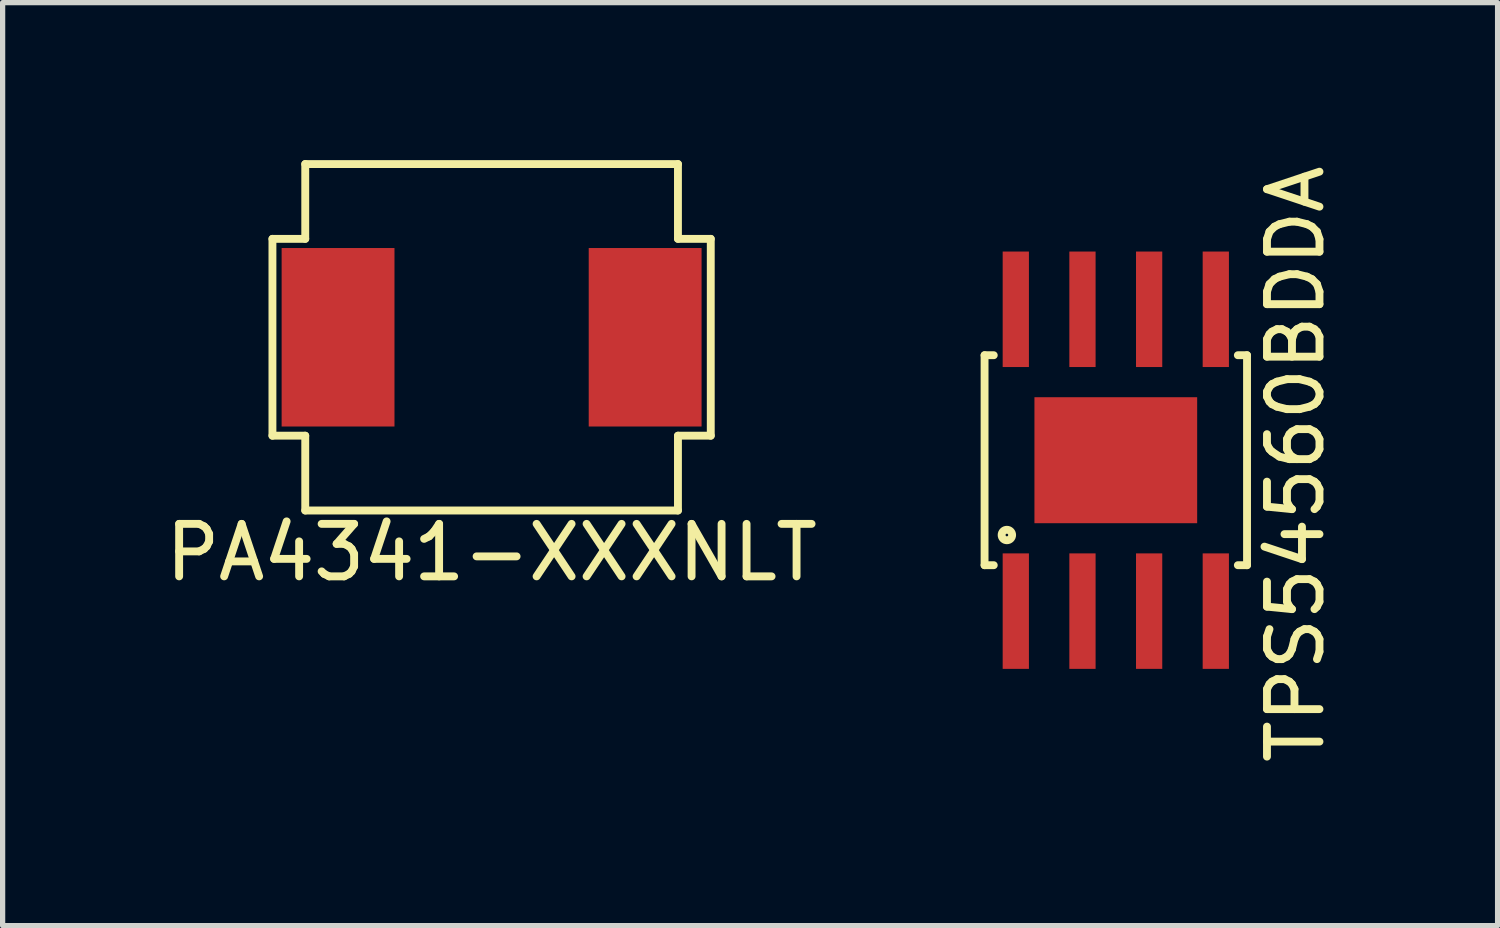
<source format=kicad_pcb>
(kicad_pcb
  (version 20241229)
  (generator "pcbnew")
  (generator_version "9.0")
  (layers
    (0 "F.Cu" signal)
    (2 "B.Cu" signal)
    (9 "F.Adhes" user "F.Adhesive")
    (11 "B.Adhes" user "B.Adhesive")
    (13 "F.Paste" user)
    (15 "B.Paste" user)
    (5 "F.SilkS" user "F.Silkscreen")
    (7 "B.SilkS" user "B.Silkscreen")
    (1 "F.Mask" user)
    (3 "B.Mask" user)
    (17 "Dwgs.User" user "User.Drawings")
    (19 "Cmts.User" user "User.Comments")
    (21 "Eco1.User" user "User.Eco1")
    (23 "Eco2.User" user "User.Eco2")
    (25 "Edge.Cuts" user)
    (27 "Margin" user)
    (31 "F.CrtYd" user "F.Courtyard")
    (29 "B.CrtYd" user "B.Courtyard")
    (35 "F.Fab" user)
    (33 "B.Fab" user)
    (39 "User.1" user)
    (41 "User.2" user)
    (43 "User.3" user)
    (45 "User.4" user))
  (footprint "PA4341-XXXNLT"
    (layer "F.Cu")
    (at 6.315 3.375)
    (property "Reference" "PA4341-XXXNLT" (at 0 4.1 0) (layer "F.SilkS") (effects (font (size 1 1) (thickness 0.15))))
    (attr through_hole)
    (fp_line (start -4.175 -1.875) (end -3.55 -1.875) (stroke (width 0.15) (type solid)) (layer "F.SilkS"))
    (fp_line (start -4.175 1.875) (end -4.175 -1.875) (stroke (width 0.15) (type solid)) (layer "F.SilkS"))
    (fp_line (start -3.55 -3.3) (end 3.55 -3.3) (stroke (width 0.15) (type solid)) (layer "F.SilkS"))
    (fp_line (start -3.55 -1.875) (end -3.55 -3.3) (stroke (width 0.15) (type solid)) (layer "F.SilkS"))
    (fp_line (start -3.55 1.875) (end -4.175 1.875) (stroke (width 0.15) (type solid)) (layer "F.SilkS"))
    (fp_line (start -3.55 3.3) (end -3.55 1.875) (stroke (width 0.15) (type solid)) (layer "F.SilkS"))
    (fp_line (start 3.55 -3.3) (end 3.55 -1.875) (stroke (width 0.15) (type solid)) (layer "F.SilkS"))
    (fp_line (start 3.55 -1.875) (end 4.175 -1.875) (stroke (width 0.15) (type solid)) (layer "F.SilkS"))
    (fp_line (start 3.55 1.875) (end 3.55 3.3) (stroke (width 0.15) (type solid)) (layer "F.SilkS"))
    (fp_line (start 3.55 3.3) (end -3.55 3.3) (stroke (width 0.15) (type solid)) (layer "F.SilkS"))
    (fp_line (start 4.175 -1.875) (end 4.175 1.875) (stroke (width 0.15) (type solid)) (layer "F.SilkS"))
    (fp_line (start 4.175 1.875) (end 3.55 1.875) (stroke (width 0.15) (type solid)) (layer "F.SilkS"))
    (pad "1" smd rect (at 2.925 0) (size 2.15 3.4) (layers "F.Cu" "F.Mask" "F.Paste"))
    (pad "2" smd rect (at -2.925 0) (size 2.15 3.4) (layers "F.Cu" "F.Mask" "F.Paste")))
  (footprint "TPS54560BDDA"
    (layer "F.Cu")
    (at 18.206 5.717)
    (property "Reference" "TPS54560BDDA" (at 3.425 0.075 90) (layer "F.SilkS") (effects (font (size 1 1) (thickness 0.15))))
    (attr through_hole)
    (fp_line (start -2.5 -2) (end -2.5 2) (stroke (width 0.15) (type solid)) (layer "F.SilkS"))
    (fp_line (start -2.5 -2) (end -2.325 -2) (stroke (width 0.15) (type solid)) (layer "F.SilkS"))
    (fp_line (start -2.5 2) (end -2.325 2) (stroke (width 0.15) (type solid)) (layer "F.SilkS"))
    (fp_line (start 2.5 -2) (end 2.325 -2) (stroke (width 0.15) (type solid)) (layer "F.SilkS"))
    (fp_line (start 2.5 -2) (end 2.5 2) (stroke (width 0.15) (type solid)) (layer "F.SilkS"))
    (fp_line (start 2.5 2) (end 2.325 2) (stroke (width 0.15) (type solid)) (layer "F.SilkS"))
    (fp_circle (center -2.075 1.425) (end -1.975 1.425) (stroke (width 0.15) (type solid)) (fill no) (layer "F.SilkS"))
    (pad "1" smd rect (at -1.905 2.875) (size 0.5 2.2) (layers "F.Cu" "F.Mask" "F.Paste"))
    (pad "2" smd rect (at -0.635 2.875) (size 0.5 2.2) (layers "F.Cu" "F.Mask" "F.Paste"))
    (pad "3" smd rect (at 0.635 2.875) (size 0.5 2.2) (layers "F.Cu" "F.Mask" "F.Paste"))
    (pad "4" smd rect (at 1.905 2.875) (size 0.5 2.2) (layers "F.Cu" "F.Mask" "F.Paste"))
    (pad "5" smd rect (at 1.905 -2.875) (size 0.5 2.2) (layers "F.Cu" "F.Mask" "F.Paste"))
    (pad "6" smd rect (at 0.635 -2.875) (size 0.5 2.2) (layers "F.Cu" "F.Mask" "F.Paste"))
    (pad "7" smd rect (at -0.635 -2.875) (size 0.5 2.2) (layers "F.Cu" "F.Mask" "F.Paste"))
    (pad "8" smd rect (at -1.905 -2.875) (size 0.5 2.2) (layers "F.Cu" "F.Mask" "F.Paste"))
    (pad "9" smd rect (at 0 0) (size 3.1 2.4) (layers "F.Cu" "F.Mask" "F.Paste")))
  (gr_rect
    (start -3 -3)
    (end 25.479 14.583)
    (stroke (width 0.1) (type default))
    (fill no)
    (layer "Edge.Cuts")))
</source>
